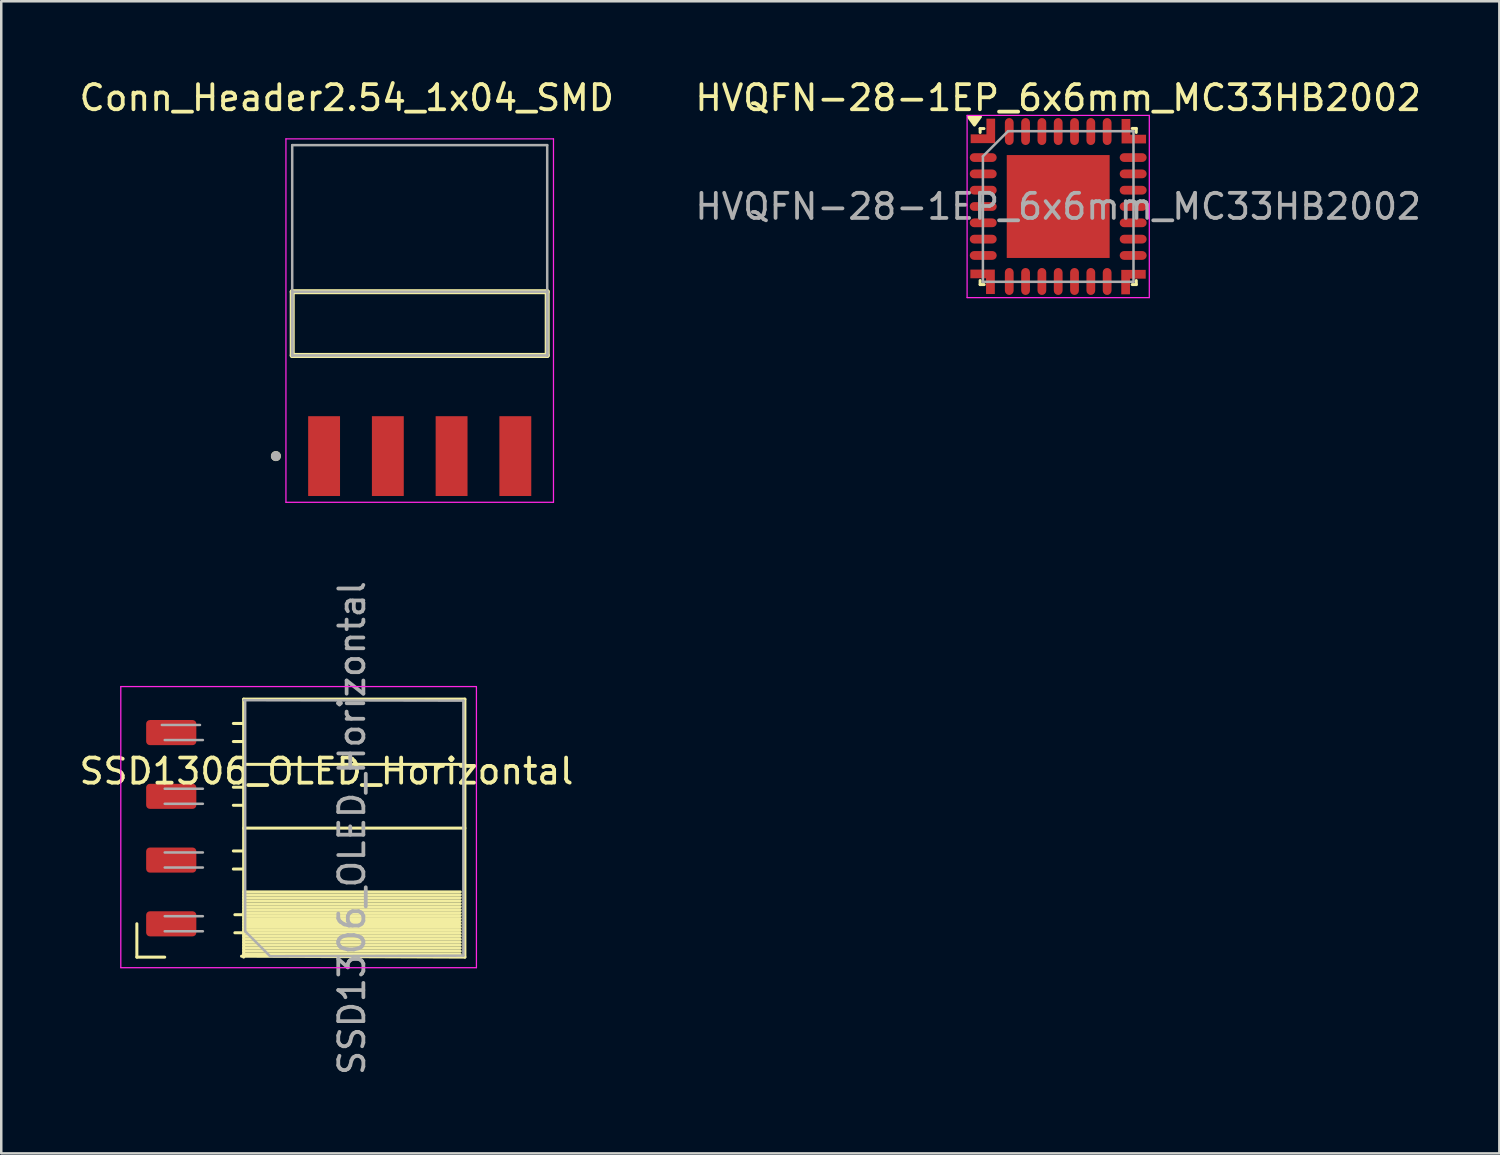
<source format=kicad_pcb>
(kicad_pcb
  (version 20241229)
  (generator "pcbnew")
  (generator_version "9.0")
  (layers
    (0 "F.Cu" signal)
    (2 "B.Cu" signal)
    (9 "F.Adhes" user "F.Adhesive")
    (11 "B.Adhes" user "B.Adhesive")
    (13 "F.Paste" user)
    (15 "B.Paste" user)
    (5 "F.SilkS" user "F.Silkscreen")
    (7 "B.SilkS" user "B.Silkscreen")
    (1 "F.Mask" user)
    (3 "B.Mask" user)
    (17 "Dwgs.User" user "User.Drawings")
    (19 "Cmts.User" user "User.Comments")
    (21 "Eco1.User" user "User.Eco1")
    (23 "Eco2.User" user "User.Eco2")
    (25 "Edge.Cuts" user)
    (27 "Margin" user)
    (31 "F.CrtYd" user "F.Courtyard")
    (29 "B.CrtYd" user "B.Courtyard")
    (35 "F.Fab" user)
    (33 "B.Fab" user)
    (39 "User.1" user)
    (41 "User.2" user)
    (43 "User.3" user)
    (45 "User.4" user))
  (footprint "SSD1306_OLED_Horizontal"
    (layer "F.Cu")
    (at 3.773 29.949)
    (property "Reference" "SSD1306_OLED_Horizontal" (at 6.185 -2.27 0) (layer "F.SilkS") (effects (font (size 1 1) (thickness 0.15))))
    (attr through_hole)
    (fp_line (start -1.37 5.137) (end -1.37 3.807) (stroke (width 0.12) (type solid)) (layer "F.SilkS"))
    (fp_line (start -0.26 5.137) (end -1.37 5.137) (stroke (width 0.12) (type solid)) (layer "F.SilkS"))
    (fp_line (start 2.885 -4.173) (end 2.475 -4.173) (stroke (width 0.12) (type solid)) (layer "F.SilkS"))
    (fp_line (start 2.885 -3.453) (end 2.475 -3.453) (stroke (width 0.12) (type solid)) (layer "F.SilkS"))
    (fp_line (start 2.885 -1.633) (end 2.475 -1.633) (stroke (width 0.12) (type solid)) (layer "F.SilkS"))
    (fp_line (start 2.885 -0.913) (end 2.475 -0.913) (stroke (width 0.12) (type solid)) (layer "F.SilkS"))
    (fp_line (start 2.885 0.907) (end 2.475 0.907) (stroke (width 0.12) (type solid)) (layer "F.SilkS"))
    (fp_line (start 2.885 1.627) (end 2.475 1.627) (stroke (width 0.12) (type solid)) (layer "F.SilkS"))
    (fp_line (start 2.885 3.447) (end 2.535 3.447) (stroke (width 0.12) (type solid)) (layer "F.SilkS"))
    (fp_line (start 2.885 4.167) (end 2.535 4.167) (stroke (width 0.12) (type solid)) (layer "F.SilkS"))
    (fp_line (start 2.885 5.137) (end 2.885 -5.143) (stroke (width 0.12) (type solid)) (layer "F.SilkS"))
    (fp_line (start 11.515 2.537) (end 2.885 2.537) (stroke (width 0.12) (type solid)) (layer "F.SilkS"))
    (fp_line (start 11.515 2.655) (end 2.885 2.655) (stroke (width 0.12) (type solid)) (layer "F.SilkS"))
    (fp_line (start 11.515 2.773) (end 2.885 2.773) (stroke (width 0.12) (type solid)) (layer "F.SilkS"))
    (fp_line (start 11.515 2.891) (end 2.885 2.891) (stroke (width 0.12) (type solid)) (layer "F.SilkS"))
    (fp_line (start 11.515 3.01) (end 2.885 3.01) (stroke (width 0.12) (type solid)) (layer "F.SilkS"))
    (fp_line (start 11.515 3.128) (end 2.885 3.128) (stroke (width 0.12) (type solid)) (layer "F.SilkS"))
    (fp_line (start 11.515 3.246) (end 2.885 3.246) (stroke (width 0.12) (type solid)) (layer "F.SilkS"))
    (fp_line (start 11.515 3.364) (end 2.885 3.364) (stroke (width 0.12) (type solid)) (layer "F.SilkS"))
    (fp_line (start 11.515 3.482) (end 2.885 3.482) (stroke (width 0.12) (type solid)) (layer "F.SilkS"))
    (fp_line (start 11.515 3.6) (end 2.885 3.6) (stroke (width 0.12) (type solid)) (layer "F.SilkS"))
    (fp_line (start 11.515 3.718) (end 2.885 3.718) (stroke (width 0.12) (type solid)) (layer "F.SilkS"))
    (fp_line (start 11.515 3.836) (end 2.885 3.836) (stroke (width 0.12) (type solid)) (layer "F.SilkS"))
    (fp_line (start 11.515 3.954) (end 2.885 3.954) (stroke (width 0.12) (type solid)) (layer "F.SilkS"))
    (fp_line (start 11.515 4.072) (end 2.885 4.072) (stroke (width 0.12) (type solid)) (layer "F.SilkS"))
    (fp_line (start 11.515 4.19) (end 2.885 4.19) (stroke (width 0.12) (type solid)) (layer "F.SilkS"))
    (fp_line (start 11.515 4.309) (end 2.885 4.309) (stroke (width 0.12) (type solid)) (layer "F.SilkS"))
    (fp_line (start 11.515 4.427) (end 2.885 4.427) (stroke (width 0.12) (type solid)) (layer "F.SilkS"))
    (fp_line (start 11.515 4.545) (end 2.885 4.545) (stroke (width 0.12) (type solid)) (layer "F.SilkS"))
    (fp_line (start 11.515 4.663) (end 2.885 4.663) (stroke (width 0.12) (type solid)) (layer "F.SilkS"))
    (fp_line (start 11.515 4.781) (end 2.885 4.781) (stroke (width 0.12) (type solid)) (layer "F.SilkS"))
    (fp_line (start 11.515 4.899) (end 2.885 4.899) (stroke (width 0.12) (type solid)) (layer "F.SilkS"))
    (fp_line (start 11.515 5.017) (end 2.885 5.017) (stroke (width 0.12) (type solid)) (layer "F.SilkS"))
    (fp_line (start 11.7 -5.143) (end 2.885 -5.143) (stroke (width 0.12) (type solid)) (layer "F.SilkS"))
    (fp_line (start 11.7 -2.543) (end 2.9 -2.543) (stroke (width 0.12) (type solid)) (layer "F.SilkS"))
    (fp_line (start 11.7 -0.003) (end 2.885 -0.003) (stroke (width 0.12) (type solid)) (layer "F.SilkS"))
    (fp_line (start 11.7 5.137) (end 2.8 5.1) (stroke (width 0.12) (type solid)) (layer "F.SilkS"))
    (fp_line (start 11.7 5.137) (end 11.7 -5.143) (stroke (width 0.12) (type solid)) (layer "F.SilkS"))
    (fp_line (start -2.01 -5.643) (end -2.01 5.557) (stroke (width 0.05) (type solid)) (layer "F.CrtYd"))
    (fp_line (start -2.01 5.557) (end 12.16 5.557) (stroke (width 0.05) (type solid)) (layer "F.CrtYd"))
    (fp_line (start 12.16 -5.643) (end -2.01 -5.643) (stroke (width 0.05) (type solid)) (layer "F.CrtYd"))
    (fp_line (start 12.16 5.557) (end 12.16 -5.643) (stroke (width 0.05) (type solid)) (layer "F.CrtYd"))
    (fp_line (start -0.26 -3.513) (end 1.26 -3.513) (stroke (width 0.1) (type solid)) (layer "F.Fab"))
    (fp_line (start -0.26 -0.973) (end 1.26 -0.973) (stroke (width 0.1) (type solid)) (layer "F.Fab"))
    (fp_line (start -0.26 1.567) (end 1.26 1.567) (stroke (width 0.1) (type solid)) (layer "F.Fab"))
    (fp_line (start -0.26 4.107) (end 1.26 4.107) (stroke (width 0.1) (type solid)) (layer "F.Fab"))
    (fp_line (start 1.145 -4.113) (end -0.375 -4.113) (stroke (width 0.1) (type solid)) (layer "F.Fab"))
    (fp_line (start 1.26 -1.573) (end -0.26 -1.573) (stroke (width 0.1) (type solid)) (layer "F.Fab"))
    (fp_line (start 1.26 0.967) (end -0.26 0.967) (stroke (width 0.1) (type solid)) (layer "F.Fab"))
    (fp_line (start 1.26 3.507) (end -0.26 3.507) (stroke (width 0.1) (type solid)) (layer "F.Fab"))
    (fp_line (start 2.9 -5.1) (end 11.64 -5.083) (stroke (width 0.1) (type solid)) (layer "F.Fab"))
    (fp_line (start 2.945 4.107) (end 2.945 -5.083) (stroke (width 0.1) (type solid)) (layer "F.Fab"))
    (fp_line (start 3.915 5.077) (end 2.945 4.107) (stroke (width 0.1) (type solid)) (layer "F.Fab"))
    (fp_line (start 11.64 -5.083) (end 11.64 5.077) (stroke (width 0.1) (type solid)) (layer "F.Fab"))
    (fp_line (start 11.64 5.077) (end 3.938 5.1) (stroke (width 0.1) (type solid)) (layer "F.Fab"))
    (fp_text user "${REFERENCE}" (at 7.2 -0.003 270) (layer "F.Fab") (effects (font (size 1 1) (thickness 0.15))))
    (pad "1" smd roundrect (at 0 3.81) (size 2 1) (layers "F.Cu" "F.Mask" "F.Paste") (roundrect_rratio 0.15))
    (pad "2" smd roundrect (at 0 1.27) (size 2 1) (layers "F.Cu" "F.Mask" "F.Paste") (roundrect_rratio 0.15))
    (pad "3" smd roundrect (at 0 -1.27) (size 2 1) (layers "F.Cu" "F.Mask" "F.Paste") (roundrect_rratio 0.15))
    (pad "4" smd roundrect (at 0 -3.81) (size 2 1) (layers "F.Cu" "F.Mask" "F.Paste") (roundrect_rratio 0.15)))
  (footprint "Conn_Header2.54_1x04_SMD"
    (layer "F.Cu")
    (at 13.673 9.843)
    (property "Reference" "Conn_Header2.54_1x04_SMD" (at -2.905 -8.995 0) (layer "F.SilkS") (effects (font (size 1 1) (thickness 0.15))))
    (attr smd)
    (fp_line (start -5.08 1.27) (end -5.08 -1.27) (stroke (width 0.2) (type solid)) (layer "F.SilkS"))
    (fp_line (start 5.08 -1.27) (end -5.08 -1.27) (stroke (width 0.2) (type solid)) (layer "F.SilkS"))
    (fp_line (start 5.08 -1.27) (end 5.08 1.27) (stroke (width 0.2) (type solid)) (layer "F.SilkS"))
    (fp_line (start 5.08 1.27) (end -5.08 1.27) (stroke (width 0.2) (type solid)) (layer "F.SilkS"))
    (fp_circle (center -5.73 5.28) (end -5.63 5.28) (stroke (width 0.2) (type solid)) (fill no) (layer "F.SilkS"))
    (fp_line (start -5.33 -7.36) (end 5.33 -7.36) (stroke (width 0.05) (type solid)) (layer "F.CrtYd"))
    (fp_line (start -5.33 7.12) (end -5.33 -7.36) (stroke (width 0.05) (type solid)) (layer "F.CrtYd"))
    (fp_line (start 5.33 -7.36) (end 5.33 7.12) (stroke (width 0.05) (type solid)) (layer "F.CrtYd"))
    (fp_line (start 5.33 7.12) (end -5.33 7.12) (stroke (width 0.05) (type solid)) (layer "F.CrtYd"))
    (fp_line (start -5.08 -7.11) (end 5.08 -7.11) (stroke (width 0.1) (type solid)) (layer "F.Fab"))
    (fp_line (start -5.08 -1.27) (end 5.08 -1.27) (stroke (width 0.1) (type solid)) (layer "F.Fab"))
    (fp_line (start -5.08 1.27) (end -5.08 -7.11) (stroke (width 0.1) (type solid)) (layer "F.Fab"))
    (fp_line (start -5.08 1.27) (end -5.08 -1.27) (stroke (width 0.1) (type solid)) (layer "F.Fab"))
    (fp_line (start 5.08 -7.11) (end 5.08 1.27) (stroke (width 0.1) (type solid)) (layer "F.Fab"))
    (fp_line (start 5.08 -1.27) (end 5.08 1.27) (stroke (width 0.1) (type solid)) (layer "F.Fab"))
    (fp_line (start 5.08 1.27) (end -5.08 1.27) (stroke (width 0.1) (type solid)) (layer "F.Fab"))
    (fp_circle (center -5.73 5.28) (end -5.63 5.28) (stroke (width 0.2) (type solid)) (fill no) (layer "F.Fab"))
    (pad "1" smd rect (at -3.81 5.28) (size 1.27 3.18) (layers "F.Cu" "F.Mask" "F.Paste"))
    (pad "2" smd rect (at -1.27 5.28) (size 1.27 3.18) (layers "F.Cu" "F.Mask" "F.Paste"))
    (pad "3" smd rect (at 1.27 5.28) (size 1.27 3.18) (layers "F.Cu" "F.Mask" "F.Paste"))
    (pad "4" smd rect (at 3.81 5.28) (size 1.27 3.18) (layers "F.Cu" "F.Mask" "F.Paste")))
  (footprint "HVQFN-28-1EP_6x6mm_MC33HB2002"
    (layer "F.Cu")
    (at 39.113 5.178)
    (property "Reference" "HVQFN-28-1EP_6x6mm_MC33HB2002" (at 0 -4.33 0) (layer "F.SilkS") (effects (font (size 1 1) (thickness 0.15))))
    (attr smd)
    (fp_line (start -3.11 -2.95) (end -3.11 -3.105) (stroke (width 0.12) (type solid)) (layer "F.SilkS"))
    (fp_line (start -3.11 3.11) (end -3.11 2.95) (stroke (width 0.12) (type solid)) (layer "F.SilkS"))
    (fp_line (start -2.957 -3.105) (end -3.11 -3.105) (stroke (width 0.12) (type solid)) (layer "F.SilkS"))
    (fp_line (start -2.95 3.11) (end -3.11 3.11) (stroke (width 0.12) (type solid)) (layer "F.SilkS"))
    (fp_line (start 2.95 -3.11) (end 3.11 -3.11) (stroke (width 0.12) (type solid)) (layer "F.SilkS"))
    (fp_line (start 2.95 3.11) (end 3.11 3.11) (stroke (width 0.12) (type solid)) (layer "F.SilkS"))
    (fp_line (start 3.11 -3.11) (end 3.11 -2.95) (stroke (width 0.12) (type solid)) (layer "F.SilkS"))
    (fp_line (start 3.11 3.11) (end 3.11 2.95) (stroke (width 0.12) (type solid)) (layer "F.SilkS"))
    (fp_poly (pts (xy -3.338 -3.245) (xy -3.578 -3.575) (xy -3.098 -3.575) (xy -3.338 -3.245)) (stroke (width 0.12) (type solid)) (fill yes) (layer "F.SilkS"))
    (fp_line (start -3.63 -3.63) (end -3.63 3.63) (stroke (width 0.05) (type solid)) (layer "F.CrtYd"))
    (fp_line (start -3.63 3.63) (end 3.63 3.63) (stroke (width 0.05) (type solid)) (layer "F.CrtYd"))
    (fp_line (start 3.63 -3.63) (end -3.63 -3.63) (stroke (width 0.05) (type solid)) (layer "F.CrtYd"))
    (fp_line (start 3.63 3.63) (end 3.63 -3.63) (stroke (width 0.05) (type solid)) (layer "F.CrtYd"))
    (fp_line (start -3 -2) (end -2 -3) (stroke (width 0.1) (type solid)) (layer "F.Fab"))
    (fp_line (start -3 3) (end -3 -2) (stroke (width 0.1) (type solid)) (layer "F.Fab"))
    (fp_line (start -2 -3) (end 3 -3) (stroke (width 0.1) (type solid)) (layer "F.Fab"))
    (fp_line (start 3 -3) (end 3 3) (stroke (width 0.1) (type solid)) (layer "F.Fab"))
    (fp_line (start 3 3) (end -3 3) (stroke (width 0.1) (type solid)) (layer "F.Fab"))
    (fp_text user "${REFERENCE}" (at 0 0 0) (layer "F.Fab") (effects (font (size 1 1) (thickness 0.15))))
    (pad "" smd roundrect (at -1.478 -1.478) (size 1.045 1.045) (layers "F.Paste") (roundrect_rratio 0.194))
    (pad "" smd roundrect (at -1.478 -0.072) (size 1.045 1.145) (layers "F.Paste") (roundrect_rratio 0.194))
    (pad "" smd roundrect (at -1.478 1.478) (size 1.045 1.045) (layers "F.Paste") (roundrect_rratio 0.194))
    (pad "" smd roundrect (at 0 -1.478) (size 1.145 1.045) (layers "F.Paste") (roundrect_rratio 0.194))
    (pad "" smd roundrect (at 0 0) (size 1.145 1.145) (layers "F.Paste") (roundrect_rratio 0.194))
    (pad "" smd roundrect (at 0 1.478) (size 1.145 1.045) (layers "F.Paste") (roundrect_rratio 0.194))
    (pad "" smd roundrect (at 1.478 -1.478) (size 1.045 1.045) (layers "F.Paste") (roundrect_rratio 0.194))
    (pad "" smd roundrect (at 1.478 0) (size 1.045 1.145) (layers "F.Paste") (roundrect_rratio 0.194))
    (pad "" smd roundrect (at 1.478 1.478) (size 1.045 1.045) (layers "F.Paste") (roundrect_rratio 0.194))
    (pad "1" smd roundrect (at -2.987 -1.95) (size 1.075 0.35) (layers "F.Cu" "F.Mask" "F.Paste") (roundrect_rratio 0.5))
    (pad "2" smd roundrect (at -2.987 -1.3) (size 1.075 0.35) (layers "F.Cu" "F.Mask" "F.Paste") (roundrect_rratio 0.5))
    (pad "3" smd roundrect (at -2.987 -0.65) (size 1.075 0.35) (layers "F.Cu" "F.Mask" "F.Paste") (roundrect_rratio 0.5))
    (pad "4" smd roundrect (at -2.987 0) (size 1.075 0.35) (layers "F.Cu" "F.Mask" "F.Paste") (roundrect_rratio 0.5))
    (pad "5" smd roundrect (at -2.987 0.65) (size 1.075 0.35) (layers "F.Cu" "F.Mask" "F.Paste") (roundrect_rratio 0.5))
    (pad "6" smd roundrect (at -2.987 1.3) (size 1.075 0.35) (layers "F.Cu" "F.Mask" "F.Paste") (roundrect_rratio 0.5))
    (pad "7" smd roundrect (at -2.987 1.95) (size 1.075 0.35) (layers "F.Cu" "F.Mask" "F.Paste") (roundrect_rratio 0.5))
    (pad "8" smd roundrect (at -1.95 2.987) (size 0.35 1.075) (layers "F.Cu" "F.Mask" "F.Paste") (roundrect_rratio 0.5))
    (pad "9" smd roundrect (at -1.3 2.987) (size 0.35 1.075) (layers "F.Cu" "F.Mask" "F.Paste") (roundrect_rratio 0.5))
    (pad "10" smd roundrect (at -0.65 2.987) (size 0.35 1.075) (layers "F.Cu" "F.Mask" "F.Paste") (roundrect_rratio 0.5))
    (pad "11" smd roundrect (at 0 2.987) (size 0.35 1.075) (layers "F.Cu" "F.Mask" "F.Paste") (roundrect_rratio 0.5))
    (pad "12" smd roundrect (at 0.65 2.987) (size 0.35 1.075) (layers "F.Cu" "F.Mask" "F.Paste") (roundrect_rratio 0.5))
    (pad "13" smd roundrect (at 1.3 2.987) (size 0.35 1.075) (layers "F.Cu" "F.Mask" "F.Paste") (roundrect_rratio 0.5))
    (pad "14" smd roundrect (at 1.95 2.987) (size 0.35 1.075) (layers "F.Cu" "F.Mask" "F.Paste") (roundrect_rratio 0.5))
    (pad "15" smd roundrect (at 2.987 1.95) (size 1.075 0.35) (layers "F.Cu" "F.Mask" "F.Paste") (roundrect_rratio 0.5))
    (pad "16" smd roundrect (at 2.987 1.3) (size 1.075 0.35) (layers "F.Cu" "F.Mask" "F.Paste") (roundrect_rratio 0.5))
    (pad "17" smd roundrect (at 2.987 0.65) (size 1.075 0.35) (layers "F.Cu" "F.Mask" "F.Paste") (roundrect_rratio 0.5))
    (pad "18" smd roundrect (at 2.987 0) (size 1.075 0.35) (layers "F.Cu" "F.Mask" "F.Paste") (roundrect_rratio 0.5))
    (pad "19" smd roundrect (at 2.987 -0.65) (size 1.075 0.35) (layers "F.Cu" "F.Mask" "F.Paste") (roundrect_rratio 0.5))
    (pad "20" smd roundrect (at 2.987 -1.3) (size 1.075 0.35) (layers "F.Cu" "F.Mask" "F.Paste") (roundrect_rratio 0.5))
    (pad "21" smd roundrect (at 2.987 -1.95) (size 1.075 0.35) (layers "F.Cu" "F.Mask" "F.Paste") (roundrect_rratio 0.5))
    (pad "22" smd roundrect (at 1.95 -2.987) (size 0.35 1.075) (layers "F.Cu" "F.Mask" "F.Paste") (roundrect_rratio 0.5))
    (pad "23" smd roundrect (at 1.3 -2.987) (size 0.35 1.075) (layers "F.Cu" "F.Mask" "F.Paste") (roundrect_rratio 0.5))
    (pad "24" smd roundrect (at 0.65 -2.987) (size 0.35 1.075) (layers "F.Cu" "F.Mask" "F.Paste") (roundrect_rratio 0.5))
    (pad "25" smd roundrect (at 0 -2.987) (size 0.35 1.075) (layers "F.Cu" "F.Mask" "F.Paste") (roundrect_rratio 0.5))
    (pad "26" smd roundrect (at -0.65 -2.987) (size 0.35 1.075) (layers "F.Cu" "F.Mask" "F.Paste") (roundrect_rratio 0.5))
    (pad "27" smd roundrect (at -1.3 -2.987) (size 0.35 1.075) (layers "F.Cu" "F.Mask" "F.Paste") (roundrect_rratio 0.5))
    (pad "28" smd roundrect (at -1.95 -2.987) (size 0.35 1.075) (layers "F.Cu" "F.Mask" "F.Paste") (roundrect_rratio 0.5))
    (pad "29" smd custom (at -3 -2.7) (size 0.975 0.35) (property pad_prop_heatsink) (layers "F.Cu" "F.Mask" "F.Paste") (options (anchor rect)) (primitives (gr_rect (start 0.14 -0.8) (end 0.487 0.175) (width 0) (fill yes))))
    (pad "29" smd custom (at -2.7 3 90) (size 0.975 0.35) (property pad_prop_heatsink) (layers "F.Cu" "F.Mask" "F.Paste") (options (anchor rect)) (primitives (gr_rect (start 0.14 -0.8) (end 0.487 0.175) (width 0) (fill yes))))
    (pad "29" smd rect (at 0 0) (size 4.1 4.1) (property pad_prop_heatsink) (layers "F.Cu" "F.Mask"))
    (pad "29" smd custom (at 2.7 -3 270) (size 0.975 0.35) (property pad_prop_heatsink) (layers "F.Cu" "F.Mask" "F.Paste") (options (anchor rect)) (primitives (gr_rect (start 0.14 -0.8) (end 0.487 0.175) (width 0) (fill yes))))
    (pad "29" smd custom (at 3 2.7 180) (size 0.975 0.35) (property pad_prop_heatsink) (layers "F.Cu" "F.Mask" "F.Paste") (options (anchor rect)) (primitives (gr_rect (start 0.14 -0.8) (end 0.487 0.175) (width 0) (fill yes)))))
  (gr_rect
    (start -3 -3)
    (end 56.69 42.905)
    (stroke (width 0.1) (type default))
    (fill no)
    (layer "Edge.Cuts")))
</source>
